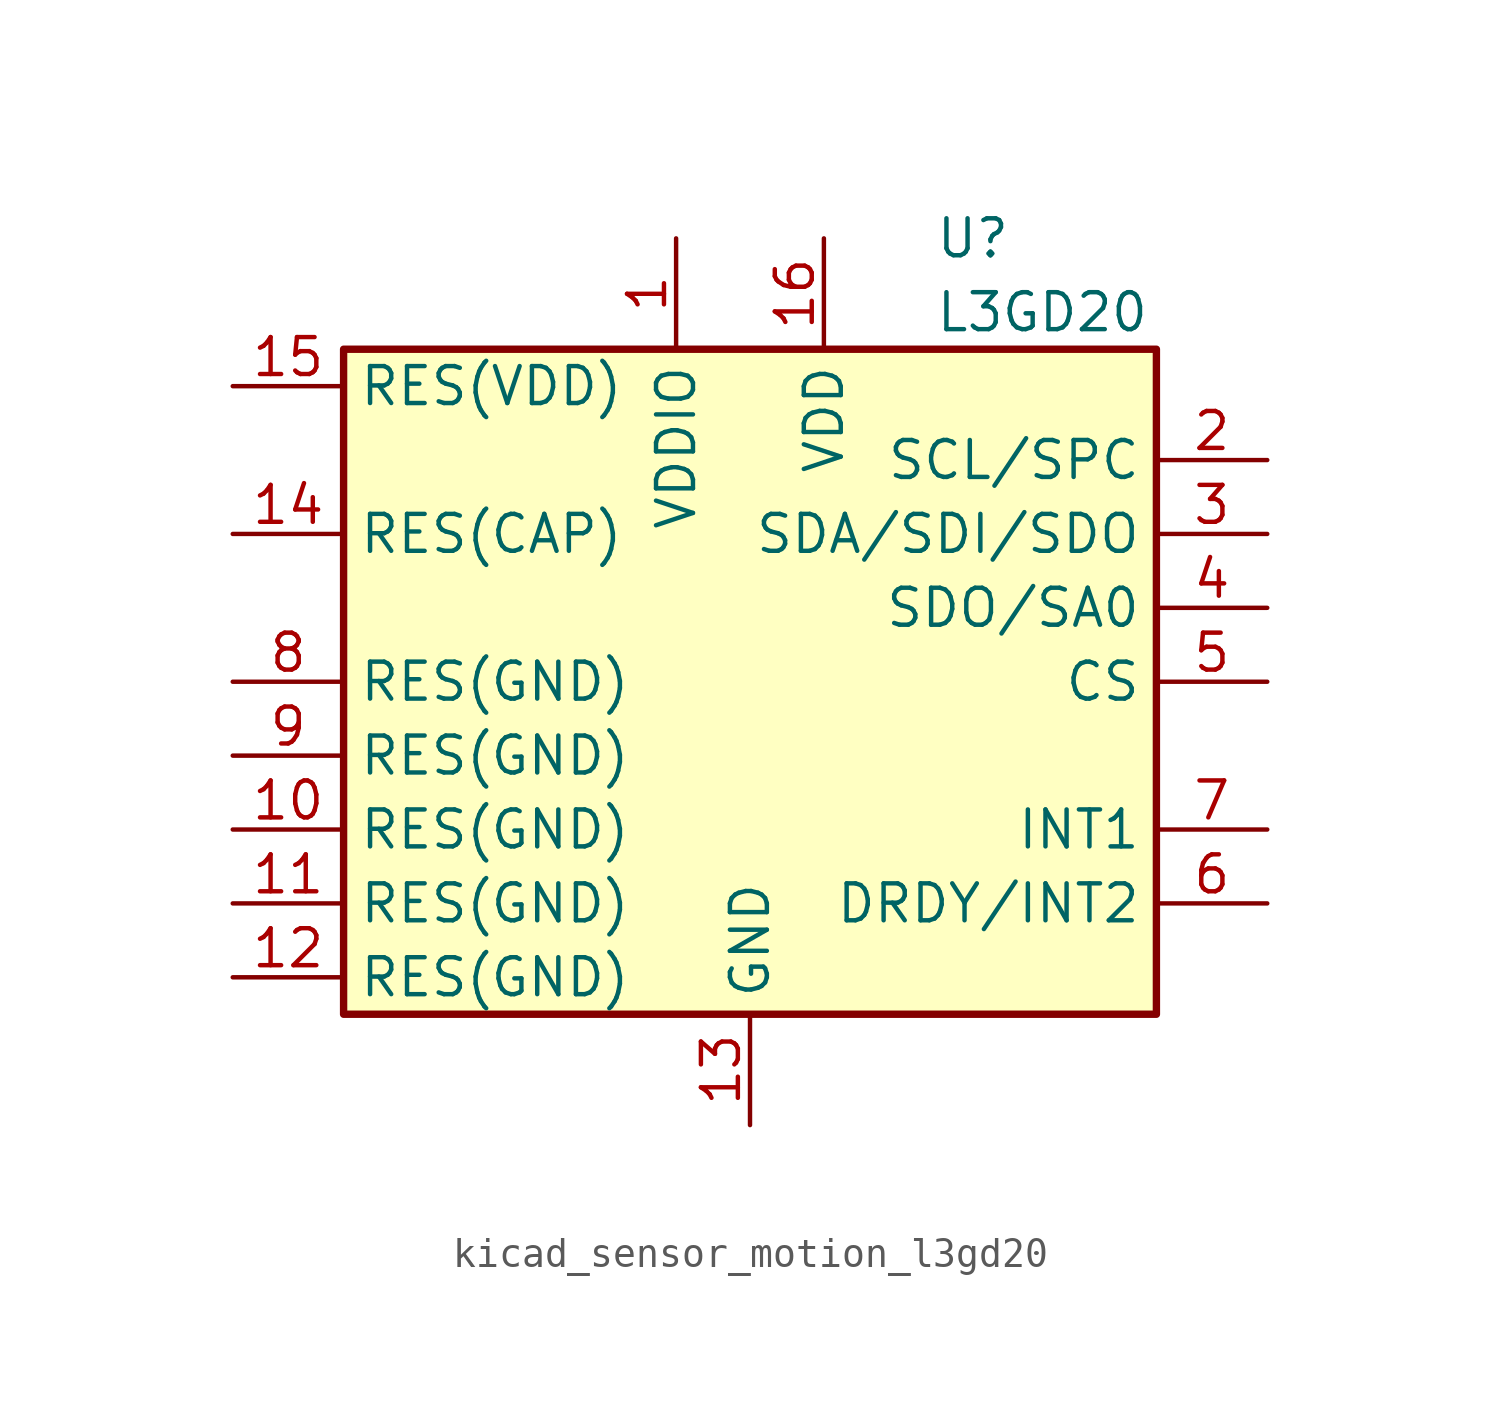
<source format=kicad_sym>
(kicad_symbol_lib
  (version 20220914)
  (generator kicad_symbol_editor)
  (symbol "kicad_sensor_motion_l3gd20"
    (property "Reference" "U"
      (at 6.35 15.24 0)
      (effects (font (size 1.27 1.27)) (justify left)))
    (property "Value" "L3GD20"
      (at 6.35 12.7 0)
      (effects (font (size 1.27 1.27)) (justify left)))
    (symbol "kicad_sensor_motion_l3gd20_0_1"
      (rectangle (start -13.97 11.43) (end 13.97 -11.43) (stroke (width 0.254) (type default)) (fill (type background))))
    (symbol "kicad_sensor_motion_l3gd20_1_1"
      (pin power_in line (at -2.54 15.24 270) (length 3.81) (name "VDDIO" (effects (font (size 1.27 1.27)))) (number "1" (effects (font (size 1.27 1.27)))))
      (pin passive line (at -17.78 -5.08 0) (length 3.81) (name "RES(GND)" (effects (font (size 1.27 1.27)))) (number "10" (effects (font (size 1.27 1.27)))))
      (pin passive line (at -17.78 -7.62 0) (length 3.81) (name "RES(GND)" (effects (font (size 1.27 1.27)))) (number "11" (effects (font (size 1.27 1.27)))))
      (pin passive line (at -17.78 -10.16 0) (length 3.81) (name "RES(GND)" (effects (font (size 1.27 1.27)))) (number "12" (effects (font (size 1.27 1.27)))))
      (pin power_in line (at 0 -15.24 90) (length 3.81) (name "GND" (effects (font (size 1.27 1.27)))) (number "13" (effects (font (size 1.27 1.27)))))
      (pin passive line (at -17.78 5.08 0) (length 3.81) (name "RES(CAP)" (effects (font (size 1.27 1.27)))) (number "14" (effects (font (size 1.27 1.27)))))
      (pin passive line (at -17.78 10.16 0) (length 3.81) (name "RES(VDD)" (effects (font (size 1.27 1.27)))) (number "15" (effects (font (size 1.27 1.27)))))
      (pin power_in line (at 2.54 15.24 270) (length 3.81) (name "VDD" (effects (font (size 1.27 1.27)))) (number "16" (effects (font (size 1.27 1.27)))))
      (pin input line (at 17.78 7.62 180) (length 3.81) (name "SCL/SPC" (effects (font (size 1.27 1.27)))) (number "2" (effects (font (size 1.27 1.27)))))
      (pin bidirectional line (at 17.78 5.08 180) (length 3.81) (name "SDA/SDI/SDO" (effects (font (size 1.27 1.27)))) (number "3" (effects (font (size 1.27 1.27)))))
      (pin output line (at 17.78 2.54 180) (length 3.81) (name "SDO/SA0" (effects (font (size 1.27 1.27)))) (number "4" (effects (font (size 1.27 1.27)))))
      (pin input line (at 17.78 0 180) (length 3.81) (name "CS" (effects (font (size 1.27 1.27)))) (number "5" (effects (font (size 1.27 1.27)))))
      (pin output line (at 17.78 -7.62 180) (length 3.81) (name "DRDY/INT2" (effects (font (size 1.27 1.27)))) (number "6" (effects (font (size 1.27 1.27)))))
      (pin output line (at 17.78 -5.08 180) (length 3.81) (name "INT1" (effects (font (size 1.27 1.27)))) (number "7" (effects (font (size 1.27 1.27)))))
      (pin passive line (at -17.78 0 0) (length 3.81) (name "RES(GND)" (effects (font (size 1.27 1.27)))) (number "8" (effects (font (size 1.27 1.27)))))
      (pin passive line (at -17.78 -2.54 0) (length 3.81) (name "RES(GND)" (effects (font (size 1.27 1.27)))) (number "9" (effects (font (size 1.27 1.27))))))))
</source>
